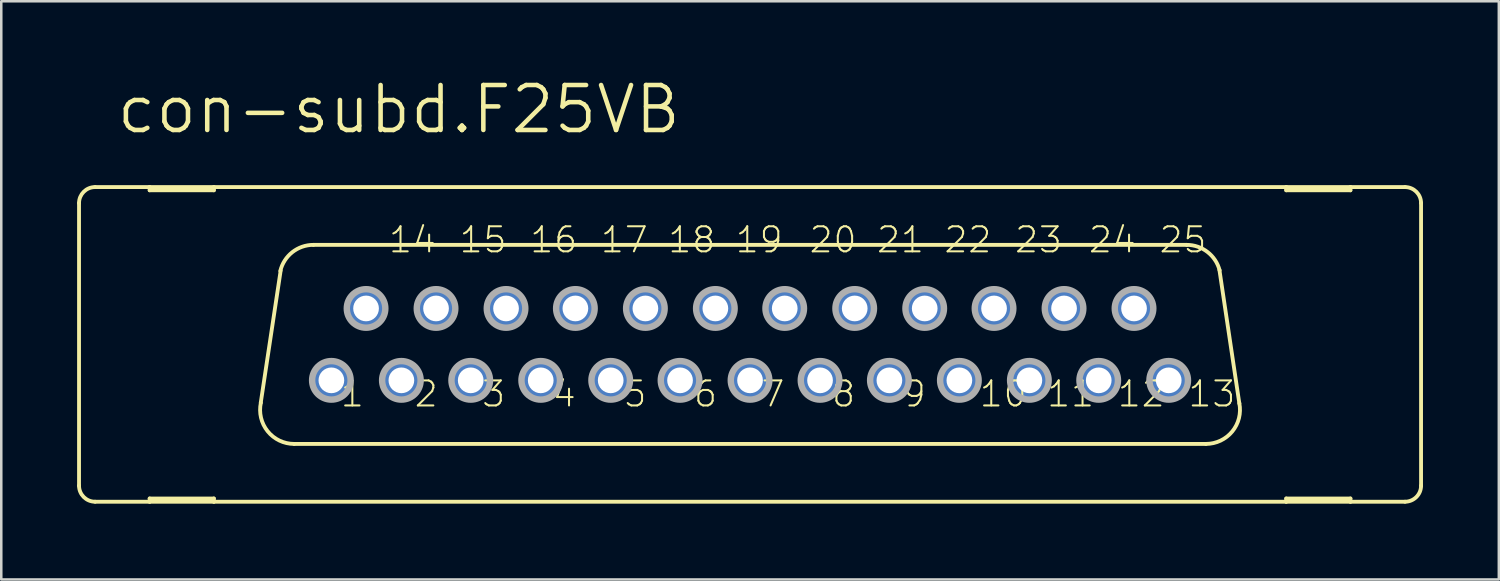
<source format=kicad_pcb>
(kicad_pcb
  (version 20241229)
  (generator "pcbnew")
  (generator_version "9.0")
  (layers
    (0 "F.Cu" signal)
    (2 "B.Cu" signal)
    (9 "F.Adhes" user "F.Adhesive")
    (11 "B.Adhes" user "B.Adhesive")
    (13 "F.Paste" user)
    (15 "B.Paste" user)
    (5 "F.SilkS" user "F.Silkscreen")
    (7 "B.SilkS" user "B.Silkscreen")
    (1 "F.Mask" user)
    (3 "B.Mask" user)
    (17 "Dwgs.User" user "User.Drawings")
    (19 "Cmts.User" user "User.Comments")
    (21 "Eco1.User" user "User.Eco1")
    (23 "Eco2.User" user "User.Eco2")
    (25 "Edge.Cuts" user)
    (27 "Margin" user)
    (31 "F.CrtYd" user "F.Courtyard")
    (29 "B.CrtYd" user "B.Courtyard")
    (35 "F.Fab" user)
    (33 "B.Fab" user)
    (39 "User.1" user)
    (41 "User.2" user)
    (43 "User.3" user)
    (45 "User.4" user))
  (footprint "con-subd.F25VB"
    (layer "F.Cu")
    (at 26.619 10.573)
    (property "Reference" "con-subd.F25VB" (at -25.146 -8.255 0) (layer "F.SilkS") (effects (font (size 1.778 1.778) (thickness 0.18)) (justify left bottom)))
    (attr through_hole)
    (fp_line (start -26.543 5.588) (end -26.543 -5.588) (stroke (width 0.152) (type default)) (layer "F.SilkS"))
    (fp_line (start -25.908 6.223) (end -23.749 6.223) (stroke (width 0.152) (type default)) (layer "F.SilkS"))
    (fp_line (start -23.749 -6.223) (end -25.908 -6.223) (stroke (width 0.152) (type default)) (layer "F.SilkS"))
    (fp_line (start -23.749 -6.096) (end -23.749 -6.223) (stroke (width 0.152) (type default)) (layer "F.SilkS"))
    (fp_line (start -23.749 6.096) (end -23.749 6.223) (stroke (width 0.152) (type default)) (layer "F.SilkS"))
    (fp_line (start -23.749 6.223) (end -21.209 6.223) (stroke (width 0.152) (type default)) (layer "F.SilkS"))
    (fp_line (start -21.209 -6.223) (end -23.749 -6.223) (stroke (width 0.152) (type default)) (layer "F.SilkS"))
    (fp_line (start -21.209 -6.223) (end -21.209 -6.096) (stroke (width 0.152) (type default)) (layer "F.SilkS"))
    (fp_line (start -21.209 -6.096) (end -23.749 -6.096) (stroke (width 0.152) (type default)) (layer "F.SilkS"))
    (fp_line (start -21.209 6.096) (end -23.749 6.096) (stroke (width 0.152) (type default)) (layer "F.SilkS"))
    (fp_line (start -21.209 6.223) (end -21.209 6.096) (stroke (width 0.152) (type default)) (layer "F.SilkS"))
    (fp_line (start -21.209 6.223) (end 21.209 6.223) (stroke (width 0.152) (type default)) (layer "F.SilkS"))
    (fp_line (start -19.355 2.311) (end -18.567 -2.921) (stroke (width 0.152) (type default)) (layer "F.SilkS"))
    (fp_line (start 17.272 -3.937) (end -17.272 -3.937) (stroke (width 0.152) (type default)) (layer "F.SilkS"))
    (fp_line (start 18.034 3.937) (end -18.034 3.937) (stroke (width 0.152) (type default)) (layer "F.SilkS"))
    (fp_line (start 18.567 -2.946) (end 19.355 2.337) (stroke (width 0.152) (type default)) (layer "F.SilkS"))
    (fp_line (start 21.209 -6.223) (end -21.209 -6.223) (stroke (width 0.152) (type default)) (layer "F.SilkS"))
    (fp_line (start 21.209 -6.096) (end 21.209 -6.223) (stroke (width 0.152) (type default)) (layer "F.SilkS"))
    (fp_line (start 21.209 6.096) (end 21.209 6.223) (stroke (width 0.152) (type default)) (layer "F.SilkS"))
    (fp_line (start 21.209 6.223) (end 23.749 6.223) (stroke (width 0.152) (type default)) (layer "F.SilkS"))
    (fp_line (start 23.749 -6.223) (end 21.209 -6.223) (stroke (width 0.152) (type default)) (layer "F.SilkS"))
    (fp_line (start 23.749 -6.223) (end 23.749 -6.096) (stroke (width 0.152) (type default)) (layer "F.SilkS"))
    (fp_line (start 23.749 -6.096) (end 21.209 -6.096) (stroke (width 0.152) (type default)) (layer "F.SilkS"))
    (fp_line (start 23.749 6.096) (end 21.209 6.096) (stroke (width 0.152) (type default)) (layer "F.SilkS"))
    (fp_line (start 23.749 6.223) (end 23.749 6.096) (stroke (width 0.152) (type default)) (layer "F.SilkS"))
    (fp_line (start 23.749 6.223) (end 25.908 6.223) (stroke (width 0.152) (type default)) (layer "F.SilkS"))
    (fp_line (start 25.908 -6.223) (end 23.749 -6.223) (stroke (width 0.152) (type default)) (layer "F.SilkS"))
    (fp_line (start 26.543 5.588) (end 26.543 -5.588) (stroke (width 0.152) (type default)) (layer "F.SilkS"))
    (fp_arc (start -26.543 -5.588) (mid -26.357013 -6.037013) (end -25.908 -6.223) (stroke (width 0.1524) (type default)) (layer "F.SilkS"))
    (fp_arc (start -25.908 6.223) (mid -26.357013 6.037013) (end -26.543 5.588) (stroke (width 0.1524) (type default)) (layer "F.SilkS"))
    (fp_arc (start -18.5807 -2.905) (mid -18.105256 -3.647874) (end -17.272 -3.937) (stroke (width 0.1524) (type default)) (layer "F.SilkS"))
    (fp_arc (start -18.034 3.937) (mid -19.082556 3.435184) (end -19.3495 2.3038) (stroke (width 0.1524) (type default)) (layer "F.SilkS"))
    (fp_arc (start 17.272 -3.937) (mid 18.0955 -3.655746) (end 18.5749 -2.9295) (stroke (width 0.1524) (type default)) (layer "F.SilkS"))
    (fp_arc (start 19.3541 2.3268) (mid 19.075082 3.444284) (end 18.034 3.937) (stroke (width 0.1524) (type default)) (layer "F.SilkS"))
    (fp_arc (start 25.908 -6.223) (mid 26.357013 -6.037013) (end 26.543 -5.588) (stroke (width 0.1524) (type default)) (layer "F.SilkS"))
    (fp_arc (start 26.543 5.588) (mid 26.357013 6.037013) (end 25.908 6.223) (stroke (width 0.1524) (type default)) (layer "F.SilkS"))
    (fp_circle (center -16.561 1.422) (end -15.799 1.422) (stroke (width 0.254) (type default)) (fill no) (layer "F.Fab"))
    (fp_circle (center -15.189 -1.422) (end -14.427 -1.422) (stroke (width 0.254) (type default)) (fill no) (layer "F.Fab"))
    (fp_circle (center -13.792 1.422) (end -13.03 1.422) (stroke (width 0.254) (type default)) (fill no) (layer "F.Fab"))
    (fp_circle (center -12.421 -1.422) (end -11.659 -1.422) (stroke (width 0.254) (type default)) (fill no) (layer "F.Fab"))
    (fp_circle (center -11.049 1.422) (end -10.287 1.422) (stroke (width 0.254) (type default)) (fill no) (layer "F.Fab"))
    (fp_circle (center -9.652 -1.422) (end -8.89 -1.422) (stroke (width 0.254) (type default)) (fill no) (layer "F.Fab"))
    (fp_circle (center -8.28 1.422) (end -7.518 1.422) (stroke (width 0.254) (type default)) (fill no) (layer "F.Fab"))
    (fp_circle (center -6.909 -1.422) (end -6.147 -1.422) (stroke (width 0.254) (type default)) (fill no) (layer "F.Fab"))
    (fp_circle (center -5.512 1.422) (end -4.75 1.422) (stroke (width 0.254) (type default)) (fill no) (layer "F.Fab"))
    (fp_circle (center -4.14 -1.422) (end -3.378 -1.422) (stroke (width 0.254) (type default)) (fill no) (layer "F.Fab"))
    (fp_circle (center -2.769 1.422) (end -2.007 1.422) (stroke (width 0.254) (type default)) (fill no) (layer "F.Fab"))
    (fp_circle (center -1.372 -1.422) (end -0.61 -1.422) (stroke (width 0.254) (type default)) (fill no) (layer "F.Fab"))
    (fp_circle (center 0 1.422) (end 0.762 1.422) (stroke (width 0.254) (type default)) (fill no) (layer "F.Fab"))
    (fp_circle (center 1.372 -1.422) (end 2.134 -1.422) (stroke (width 0.254) (type default)) (fill no) (layer "F.Fab"))
    (fp_circle (center 2.769 1.422) (end 3.531 1.422) (stroke (width 0.254) (type default)) (fill no) (layer "F.Fab"))
    (fp_circle (center 4.14 -1.422) (end 4.902 -1.422) (stroke (width 0.254) (type default)) (fill no) (layer "F.Fab"))
    (fp_circle (center 5.512 1.422) (end 6.274 1.422) (stroke (width 0.254) (type default)) (fill no) (layer "F.Fab"))
    (fp_circle (center 6.909 -1.422) (end 7.671 -1.422) (stroke (width 0.254) (type default)) (fill no) (layer "F.Fab"))
    (fp_circle (center 8.28 1.422) (end 9.042 1.422) (stroke (width 0.254) (type default)) (fill no) (layer "F.Fab"))
    (fp_circle (center 9.652 -1.422) (end 10.414 -1.422) (stroke (width 0.254) (type default)) (fill no) (layer "F.Fab"))
    (fp_circle (center 11.049 1.422) (end 11.811 1.422) (stroke (width 0.254) (type default)) (fill no) (layer "F.Fab"))
    (fp_circle (center 12.421 -1.422) (end 13.183 -1.422) (stroke (width 0.254) (type default)) (fill no) (layer "F.Fab"))
    (fp_circle (center 13.792 1.422) (end 14.554 1.422) (stroke (width 0.254) (type default)) (fill no) (layer "F.Fab"))
    (fp_circle (center 15.189 -1.422) (end 15.951 -1.422) (stroke (width 0.254) (type default)) (fill no) (layer "F.Fab"))
    (fp_circle (center 16.561 1.422) (end 17.323 1.422) (stroke (width 0.254) (type default)) (fill no) (layer "F.Fab"))
    (fp_text user "25" (at 16.129 -3.556 180) (layer "F.SilkS") (effects (font (size 0.991 0.991) (thickness 0.08)) (justify left bottom)))
    (fp_text user "1" (at -16.256 2.54 180) (layer "F.SilkS") (effects (font (size 0.991 0.991) (thickness 0.08)) (justify left bottom)))
    (fp_text user "18" (at -3.302 -3.556 180) (layer "F.SilkS") (effects (font (size 0.991 0.991) (thickness 0.08)) (justify left bottom)))
    (fp_text user "5" (at -5.08 2.54 180) (layer "F.SilkS") (effects (font (size 0.991 0.991) (thickness 0.08)) (justify left bottom)))
    (fp_text user "7" (at 0.381 2.54 180) (layer "F.SilkS") (effects (font (size 0.991 0.991) (thickness 0.08)) (justify left bottom)))
    (fp_text user "4" (at -7.874 2.54 180) (layer "F.SilkS") (effects (font (size 0.991 0.991) (thickness 0.08)) (justify left bottom)))
    (fp_text user "11" (at 11.684 2.54 180) (layer "F.SilkS") (effects (font (size 0.991 0.991) (thickness 0.08)) (justify left bottom)))
    (fp_text user "2" (at -13.335 2.54 180) (layer "F.SilkS") (effects (font (size 0.991 0.991) (thickness 0.08)) (justify left bottom)))
    (fp_text user "10" (at 9.017 2.54 180) (layer "F.SilkS") (effects (font (size 0.991 0.991) (thickness 0.08)) (justify left bottom)))
    (fp_text user "8" (at 3.175 2.54 180) (layer "F.SilkS") (effects (font (size 0.991 0.991) (thickness 0.08)) (justify left bottom)))
    (fp_text user "17" (at -5.969 -3.556 180) (layer "F.SilkS") (effects (font (size 0.991 0.991) (thickness 0.08)) (justify left bottom)))
    (fp_text user "14" (at -14.351 -3.556 180) (layer "F.SilkS") (effects (font (size 0.991 0.991) (thickness 0.08)) (justify left bottom)))
    (fp_text user "15" (at -11.557 -3.556 180) (layer "F.SilkS") (effects (font (size 0.991 0.991) (thickness 0.08)) (justify left bottom)))
    (fp_text user "23" (at 10.414 -3.556 180) (layer "F.SilkS") (effects (font (size 0.991 0.991) (thickness 0.08)) (justify left bottom)))
    (fp_text user "6" (at -2.286 2.54 180) (layer "F.SilkS") (effects (font (size 0.991 0.991) (thickness 0.08)) (justify left bottom)))
    (fp_text user "12" (at 14.478 2.54 180) (layer "F.SilkS") (effects (font (size 0.991 0.991) (thickness 0.08)) (justify left bottom)))
    (fp_text user "19" (at -0.635 -3.556 180) (layer "F.SilkS") (effects (font (size 0.991 0.991) (thickness 0.08)) (justify left bottom)))
    (fp_text user "13" (at 17.272 2.54 180) (layer "F.SilkS") (effects (font (size 0.991 0.991) (thickness 0.08)) (justify left bottom)))
    (fp_text user "24" (at 13.335 -3.556 180) (layer "F.SilkS") (effects (font (size 0.991 0.991) (thickness 0.08)) (justify left bottom)))
    (fp_text user "3" (at -10.668 2.54 180) (layer "F.SilkS") (effects (font (size 0.991 0.991) (thickness 0.08)) (justify left bottom)))
    (fp_text user "16" (at -8.763 -3.556 180) (layer "F.SilkS") (effects (font (size 0.991 0.991) (thickness 0.08)) (justify left bottom)))
    (fp_text user "20" (at 2.286 -3.556 180) (layer "F.SilkS") (effects (font (size 0.991 0.991) (thickness 0.08)) (justify left bottom)))
    (fp_text user "22" (at 7.62 -3.556 180) (layer "F.SilkS") (effects (font (size 0.991 0.991) (thickness 0.08)) (justify left bottom)))
    (fp_text user "9" (at 5.969 2.54 180) (layer "F.SilkS") (effects (font (size 0.991 0.991) (thickness 0.08)) (justify left bottom)))
    (fp_text user "21" (at 4.953 -3.556 180) (layer "F.SilkS") (effects (font (size 0.991 0.991) (thickness 0.08)) (justify left bottom)))
    (pad "1" thru_hole circle (at -16.561 1.422) (size 1.524 1.524) (drill 1.016) (layers "*.Cu" "*.Mask"))
    (pad "2" thru_hole circle (at -13.792 1.422) (size 1.524 1.524) (drill 1.016) (layers "*.Cu" "*.Mask"))
    (pad "3" thru_hole circle (at -11.049 1.422) (size 1.524 1.524) (drill 1.016) (layers "*.Cu" "*.Mask"))
    (pad "4" thru_hole circle (at -8.28 1.422) (size 1.524 1.524) (drill 1.016) (layers "*.Cu" "*.Mask"))
    (pad "5" thru_hole circle (at -5.512 1.422) (size 1.524 1.524) (drill 1.016) (layers "*.Cu" "*.Mask"))
    (pad "6" thru_hole circle (at -2.769 1.422) (size 1.524 1.524) (drill 1.016) (layers "*.Cu" "*.Mask"))
    (pad "7" thru_hole circle (at 0 1.422) (size 1.524 1.524) (drill 1.016) (layers "*.Cu" "*.Mask"))
    (pad "8" thru_hole circle (at 2.769 1.422) (size 1.524 1.524) (drill 1.016) (layers "*.Cu" "*.Mask"))
    (pad "9" thru_hole circle (at 5.512 1.422) (size 1.524 1.524) (drill 1.016) (layers "*.Cu" "*.Mask"))
    (pad "10" thru_hole circle (at 8.28 1.422) (size 1.524 1.524) (drill 1.016) (layers "*.Cu" "*.Mask"))
    (pad "11" thru_hole circle (at 11.049 1.422) (size 1.524 1.524) (drill 1.016) (layers "*.Cu" "*.Mask"))
    (pad "12" thru_hole circle (at 13.792 1.422) (size 1.524 1.524) (drill 1.016) (layers "*.Cu" "*.Mask"))
    (pad "13" thru_hole circle (at 16.561 1.422) (size 1.524 1.524) (drill 1.016) (layers "*.Cu" "*.Mask"))
    (pad "14" thru_hole circle (at -15.189 -1.422) (size 1.524 1.524) (drill 1.016) (layers "*.Cu" "*.Mask"))
    (pad "15" thru_hole circle (at -12.421 -1.422) (size 1.524 1.524) (drill 1.016) (layers "*.Cu" "*.Mask"))
    (pad "16" thru_hole circle (at -9.652 -1.422) (size 1.524 1.524) (drill 1.016) (layers "*.Cu" "*.Mask"))
    (pad "17" thru_hole circle (at -6.909 -1.422) (size 1.524 1.524) (drill 1.016) (layers "*.Cu" "*.Mask"))
    (pad "18" thru_hole circle (at -4.14 -1.422) (size 1.524 1.524) (drill 1.016) (layers "*.Cu" "*.Mask"))
    (pad "19" thru_hole circle (at -1.372 -1.422) (size 1.524 1.524) (drill 1.016) (layers "*.Cu" "*.Mask"))
    (pad "20" thru_hole circle (at 1.372 -1.422) (size 1.524 1.524) (drill 1.016) (layers "*.Cu" "*.Mask"))
    (pad "21" thru_hole circle (at 4.14 -1.422) (size 1.524 1.524) (drill 1.016) (layers "*.Cu" "*.Mask"))
    (pad "22" thru_hole circle (at 6.909 -1.422) (size 1.524 1.524) (drill 1.016) (layers "*.Cu" "*.Mask"))
    (pad "23" thru_hole circle (at 9.652 -1.422) (size 1.524 1.524) (drill 1.016) (layers "*.Cu" "*.Mask"))
    (pad "24" thru_hole circle (at 12.421 -1.422) (size 1.524 1.524) (drill 1.016) (layers "*.Cu" "*.Mask"))
    (pad "25" thru_hole circle (at 15.189 -1.422) (size 1.524 1.524) (drill 1.016) (layers "*.Cu" "*.Mask")))
  (gr_rect
    (start -3 -3)
    (end 56.238 19.872)
    (stroke (width 0.1) (type default))
    (fill no)
    (layer "Edge.Cuts")))
</source>
